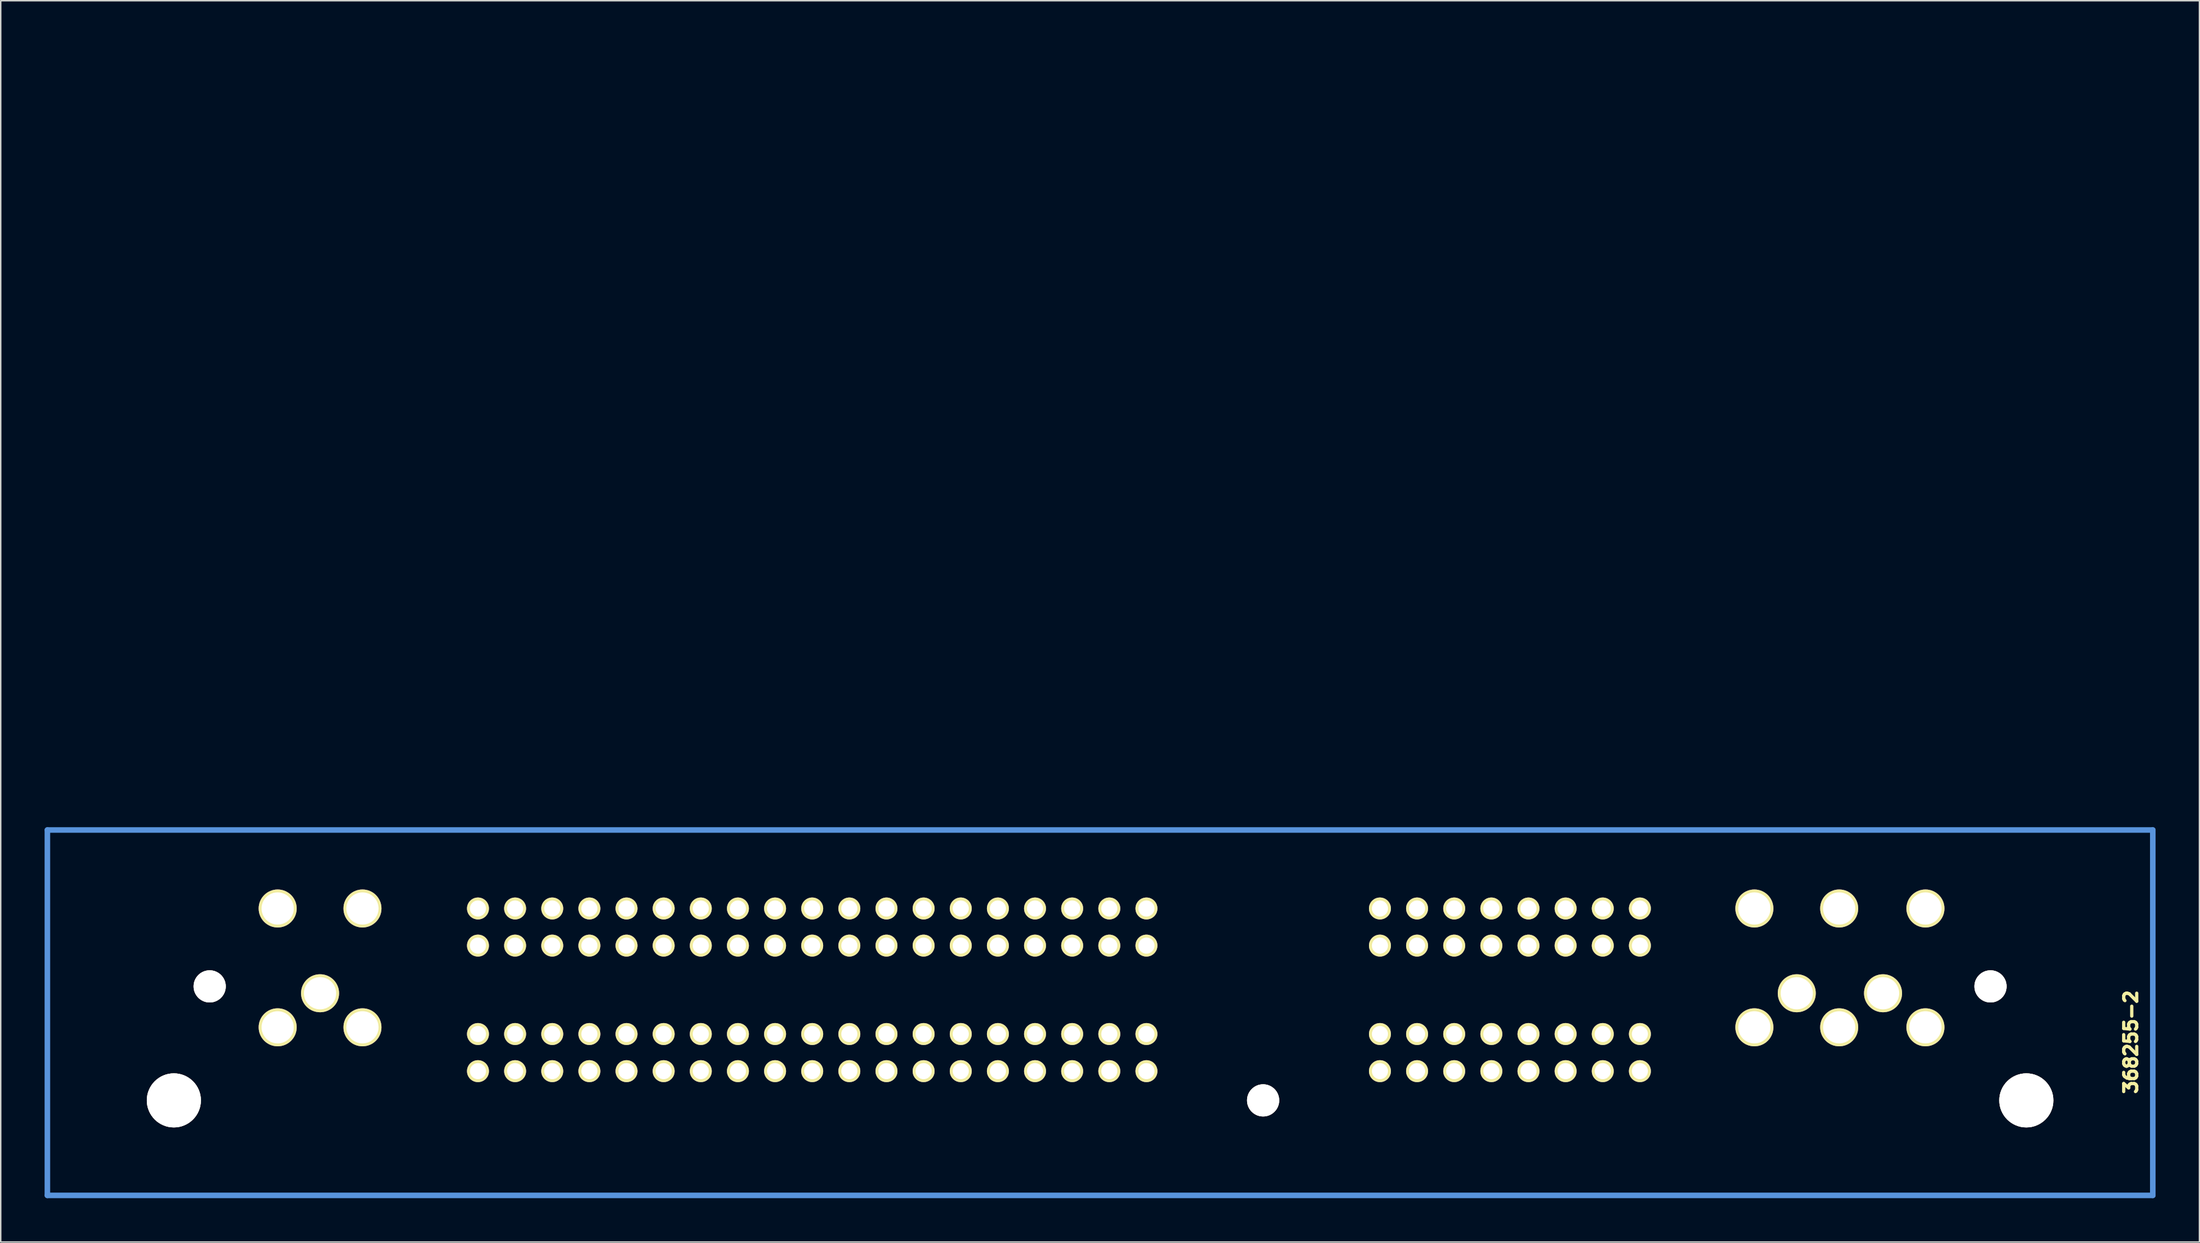
<source format=kicad_pcb>
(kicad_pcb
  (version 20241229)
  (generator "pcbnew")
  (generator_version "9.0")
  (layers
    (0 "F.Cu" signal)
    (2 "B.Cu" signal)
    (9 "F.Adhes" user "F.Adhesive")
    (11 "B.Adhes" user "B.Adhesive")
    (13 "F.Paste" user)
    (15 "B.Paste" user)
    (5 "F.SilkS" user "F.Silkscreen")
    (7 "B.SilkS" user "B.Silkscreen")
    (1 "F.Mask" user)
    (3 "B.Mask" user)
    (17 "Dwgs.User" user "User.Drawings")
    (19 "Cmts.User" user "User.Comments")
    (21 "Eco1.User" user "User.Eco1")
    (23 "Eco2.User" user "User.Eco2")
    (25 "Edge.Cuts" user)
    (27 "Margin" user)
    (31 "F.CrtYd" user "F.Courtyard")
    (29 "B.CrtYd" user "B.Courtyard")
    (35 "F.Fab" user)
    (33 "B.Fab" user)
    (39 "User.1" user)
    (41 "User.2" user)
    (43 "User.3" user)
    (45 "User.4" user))
  (footprint "368255-2"
    (layer "F.Cu")
    (at 4.691 0.25)
    (property "Reference" "368255-2" (at 138 68 270) (layer "F.SilkS") (effects (font (size 0.889 0.889) (thickness 0.224))))
    (fp_line (start -4.5 53.49) (end -4.5 78.49) (stroke (width 0.381) (type solid)) (layer "Cmts.User"))
    (fp_line (start -4.5 53.49) (end 139.5 53.49) (stroke (width 0.381) (type solid)) (layer "Cmts.User"))
    (fp_line (start -4.5 78.49) (end 139.5 78.49) (stroke (width 0.381) (type solid)) (layer "Cmts.User"))
    (fp_line (start 139.5 53.49) (end 139.5 78.49) (stroke (width 0.381) (type solid)) (layer "Cmts.User"))
    (pad "" thru_hole circle (at 4.15 71.99) (size 3.7 3.7) (drill 3.7) (layers "*.Cu" "*.Mask" "F.SilkS"))
    (pad "" thru_hole circle (at 6.6 64.19) (size 2.2 2.2) (drill 2.2) (layers "*.Cu" "*.Mask" "F.SilkS"))
    (pad "" thru_hole circle (at 78.65 71.99) (size 2.2 2.2) (drill 2.2) (layers "*.Cu" "*.Mask" "F.SilkS"))
    (pad "" thru_hole circle (at 128.4 64.19) (size 2.2 2.2) (drill 2.2) (layers "*.Cu" "*.Mask" "F.SilkS"))
    (pad "" thru_hole circle (at 130.85 71.99) (size 3.7 3.7) (drill 3.7) (layers "*.Cu" "*.Mask" "F.SilkS"))
    (pad "1" thru_hole circle (at 11.25 66.99) (size 2.6 2.6) (drill 2.2) (layers "*.Cu" "*.Mask" "F.SilkS"))
    (pad "2" thru_hole circle (at 17.05 66.99) (size 2.6 2.6) (drill 2.2) (layers "*.Cu" "*.Mask" "F.SilkS"))
    (pad "3" thru_hole circle (at 14.15 64.66) (size 2.6 2.6) (drill 2.2) (layers "*.Cu" "*.Mask" "F.SilkS"))
    (pad "4" thru_hole circle (at 11.25 58.86 180) (size 2.6 2.6) (drill 2.2) (layers "*.Cu" "*.Mask" "F.SilkS"))
    (pad "5" thru_hole circle (at 17.05 58.86 180) (size 2.6 2.6) (drill 2.2) (layers "*.Cu" "*.Mask" "F.SilkS"))
    (pad "6" thru_hole circle (at 70.67 58.86) (size 1.5 1.5) (drill 1.1) (layers "*.Cu" "*.Mask" "F.SilkS"))
    (pad "7" thru_hole circle (at 68.13 58.86) (size 1.5 1.5) (drill 1.1) (layers "*.Cu" "*.Mask" "F.SilkS"))
    (pad "8" thru_hole circle (at 65.59 58.86) (size 1.5 1.5) (drill 1.1) (layers "*.Cu" "*.Mask" "F.SilkS"))
    (pad "9" thru_hole circle (at 63.05 58.86) (size 1.5 1.5) (drill 1.1) (layers "*.Cu" "*.Mask" "F.SilkS"))
    (pad "10" thru_hole circle (at 60.51 58.86) (size 1.5 1.5) (drill 1.1) (layers "*.Cu" "*.Mask" "F.SilkS"))
    (pad "11" thru_hole circle (at 57.97 58.86) (size 1.5 1.5) (drill 1.1) (layers "*.Cu" "*.Mask" "F.SilkS"))
    (pad "12" thru_hole circle (at 55.43 58.86) (size 1.5 1.5) (drill 1.1) (layers "*.Cu" "*.Mask" "F.SilkS"))
    (pad "13" thru_hole circle (at 52.89 58.86) (size 1.5 1.5) (drill 1.1) (layers "*.Cu" "*.Mask" "F.SilkS"))
    (pad "14" thru_hole circle (at 50.35 58.86) (size 1.5 1.5) (drill 1.1) (layers "*.Cu" "*.Mask" "F.SilkS"))
    (pad "15" thru_hole circle (at 47.81 58.86) (size 1.5 1.5) (drill 1.1) (layers "*.Cu" "*.Mask" "F.SilkS"))
    (pad "16" thru_hole circle (at 45.27 58.86) (size 1.5 1.5) (drill 1.1) (layers "*.Cu" "*.Mask" "F.SilkS"))
    (pad "17" thru_hole circle (at 42.73 58.86) (size 1.5 1.5) (drill 1.1) (layers "*.Cu" "*.Mask" "F.SilkS"))
    (pad "18" thru_hole circle (at 40.19 58.86) (size 1.5 1.5) (drill 1.1) (layers "*.Cu" "*.Mask" "F.SilkS"))
    (pad "19" thru_hole circle (at 37.65 58.86) (size 1.5 1.5) (drill 1.1) (layers "*.Cu" "*.Mask" "F.SilkS"))
    (pad "20" thru_hole circle (at 35.11 58.86) (size 1.5 1.5) (drill 1.1) (layers "*.Cu" "*.Mask" "F.SilkS"))
    (pad "21" thru_hole circle (at 32.57 58.86) (size 1.5 1.5) (drill 1.1) (layers "*.Cu" "*.Mask" "F.SilkS"))
    (pad "22" thru_hole circle (at 30.03 58.86) (size 1.5 1.5) (drill 1.1) (layers "*.Cu" "*.Mask" "F.SilkS"))
    (pad "23" thru_hole circle (at 27.49 58.86) (size 1.5 1.5) (drill 1.1) (layers "*.Cu" "*.Mask" "F.SilkS"))
    (pad "24" thru_hole circle (at 24.95 58.86) (size 1.5 1.5) (drill 1.1) (layers "*.Cu" "*.Mask" "F.SilkS"))
    (pad "25" thru_hole circle (at 70.67 61.4) (size 1.5 1.5) (drill 1.1) (layers "*.Cu" "*.Mask" "F.SilkS"))
    (pad "26" thru_hole circle (at 68.13 61.4) (size 1.5 1.5) (drill 1.1) (layers "*.Cu" "*.Mask" "F.SilkS"))
    (pad "27" thru_hole circle (at 65.59 61.4) (size 1.5 1.5) (drill 1.1) (layers "*.Cu" "*.Mask" "F.SilkS"))
    (pad "28" thru_hole circle (at 63.05 61.4) (size 1.5 1.5) (drill 1.1) (layers "*.Cu" "*.Mask" "F.SilkS"))
    (pad "29" thru_hole circle (at 60.51 61.4) (size 1.5 1.5) (drill 1.1) (layers "*.Cu" "*.Mask" "F.SilkS"))
    (pad "30" thru_hole circle (at 57.97 61.4) (size 1.5 1.5) (drill 1.1) (layers "*.Cu" "*.Mask" "F.SilkS"))
    (pad "31" thru_hole circle (at 55.43 61.4) (size 1.5 1.5) (drill 1.1) (layers "*.Cu" "*.Mask" "F.SilkS"))
    (pad "32" thru_hole circle (at 52.89 61.4) (size 1.5 1.5) (drill 1.1) (layers "*.Cu" "*.Mask" "F.SilkS"))
    (pad "33" thru_hole circle (at 50.35 61.4) (size 1.5 1.5) (drill 1.1) (layers "*.Cu" "*.Mask" "F.SilkS"))
    (pad "34" thru_hole circle (at 47.81 61.4) (size 1.5 1.5) (drill 1.1) (layers "*.Cu" "*.Mask" "F.SilkS"))
    (pad "35" thru_hole circle (at 45.27 61.4) (size 1.5 1.5) (drill 1.1) (layers "*.Cu" "*.Mask" "F.SilkS"))
    (pad "36" thru_hole circle (at 42.73 61.4) (size 1.5 1.5) (drill 1.1) (layers "*.Cu" "*.Mask" "F.SilkS"))
    (pad "37" thru_hole circle (at 40.19 61.4) (size 1.5 1.5) (drill 1.1) (layers "*.Cu" "*.Mask" "F.SilkS"))
    (pad "38" thru_hole circle (at 37.65 61.4) (size 1.5 1.5) (drill 1.1) (layers "*.Cu" "*.Mask" "F.SilkS"))
    (pad "39" thru_hole circle (at 35.11 61.4) (size 1.5 1.5) (drill 1.1) (layers "*.Cu" "*.Mask" "F.SilkS"))
    (pad "40" thru_hole circle (at 32.57 61.4) (size 1.5 1.5) (drill 1.1) (layers "*.Cu" "*.Mask" "F.SilkS"))
    (pad "41" thru_hole circle (at 30.03 61.4) (size 1.5 1.5) (drill 1.1) (layers "*.Cu" "*.Mask" "F.SilkS"))
    (pad "42" thru_hole circle (at 27.49 61.4) (size 1.5 1.5) (drill 1.1) (layers "*.Cu" "*.Mask" "F.SilkS"))
    (pad "43" thru_hole circle (at 24.95 61.4) (size 1.5 1.5) (drill 1.1) (layers "*.Cu" "*.Mask" "F.SilkS"))
    (pad "44" thru_hole circle (at 70.67 67.45) (size 1.5 1.5) (drill 1.1) (layers "*.Cu" "*.Mask" "F.SilkS"))
    (pad "45" thru_hole circle (at 68.13 67.45) (size 1.5 1.5) (drill 1.1) (layers "*.Cu" "*.Mask" "F.SilkS"))
    (pad "46" thru_hole circle (at 65.59 67.45) (size 1.5 1.5) (drill 1.1) (layers "*.Cu" "*.Mask" "F.SilkS"))
    (pad "47" thru_hole circle (at 63.05 67.45) (size 1.5 1.5) (drill 1.1) (layers "*.Cu" "*.Mask" "F.SilkS"))
    (pad "48" thru_hole circle (at 60.51 67.45) (size 1.5 1.5) (drill 1.1) (layers "*.Cu" "*.Mask" "F.SilkS"))
    (pad "49" thru_hole circle (at 57.97 67.45) (size 1.5 1.5) (drill 1.1) (layers "*.Cu" "*.Mask" "F.SilkS"))
    (pad "50" thru_hole circle (at 55.43 67.45) (size 1.5 1.5) (drill 1.1) (layers "*.Cu" "*.Mask" "F.SilkS"))
    (pad "51" thru_hole circle (at 52.89 67.45) (size 1.5 1.5) (drill 1.1) (layers "*.Cu" "*.Mask" "F.SilkS"))
    (pad "52" thru_hole circle (at 50.35 67.45) (size 1.5 1.5) (drill 1.1) (layers "*.Cu" "*.Mask" "F.SilkS"))
    (pad "53" thru_hole circle (at 47.81 67.45) (size 1.5 1.5) (drill 1.1) (layers "*.Cu" "*.Mask" "F.SilkS"))
    (pad "54" thru_hole circle (at 45.27 67.45) (size 1.5 1.5) (drill 1.1) (layers "*.Cu" "*.Mask" "F.SilkS"))
    (pad "55" thru_hole circle (at 42.73 67.45) (size 1.5 1.5) (drill 1.1) (layers "*.Cu" "*.Mask" "F.SilkS"))
    (pad "56" thru_hole circle (at 40.19 67.45) (size 1.5 1.5) (drill 1.1) (layers "*.Cu" "*.Mask" "F.SilkS"))
    (pad "57" thru_hole circle (at 37.65 67.45) (size 1.5 1.5) (drill 1.1) (layers "*.Cu" "*.Mask" "F.SilkS"))
    (pad "58" thru_hole circle (at 35.11 67.45) (size 1.5 1.5) (drill 1.1) (layers "*.Cu" "*.Mask" "F.SilkS"))
    (pad "59" thru_hole circle (at 32.57 67.45) (size 1.5 1.5) (drill 1.1) (layers "*.Cu" "*.Mask" "F.SilkS"))
    (pad "60" thru_hole circle (at 30.03 67.45) (size 1.5 1.5) (drill 1.1) (layers "*.Cu" "*.Mask" "F.SilkS"))
    (pad "61" thru_hole circle (at 27.49 67.45) (size 1.5 1.5) (drill 1.1) (layers "*.Cu" "*.Mask" "F.SilkS"))
    (pad "62" thru_hole circle (at 24.95 67.45) (size 1.5 1.5) (drill 1.1) (layers "*.Cu" "*.Mask" "F.SilkS"))
    (pad "63" thru_hole circle (at 70.67 69.99) (size 1.5 1.5) (drill 1.1) (layers "*.Cu" "*.Mask" "F.SilkS"))
    (pad "64" thru_hole circle (at 68.13 69.99) (size 1.5 1.5) (drill 1.1) (layers "*.Cu" "*.Mask" "F.SilkS"))
    (pad "65" thru_hole circle (at 65.59 69.99) (size 1.5 1.5) (drill 1.1) (layers "*.Cu" "*.Mask" "F.SilkS"))
    (pad "66" thru_hole circle (at 63.05 69.99) (size 1.5 1.5) (drill 1.1) (layers "*.Cu" "*.Mask" "F.SilkS"))
    (pad "67" thru_hole circle (at 60.51 69.99) (size 1.5 1.5) (drill 1.1) (layers "*.Cu" "*.Mask" "F.SilkS"))
    (pad "68" thru_hole circle (at 57.97 69.99) (size 1.5 1.5) (drill 1.1) (layers "*.Cu" "*.Mask" "F.SilkS"))
    (pad "69" thru_hole circle (at 55.43 69.99) (size 1.5 1.5) (drill 1.1) (layers "*.Cu" "*.Mask" "F.SilkS"))
    (pad "70" thru_hole circle (at 52.89 69.99) (size 1.5 1.5) (drill 1.1) (layers "*.Cu" "*.Mask" "F.SilkS"))
    (pad "71" thru_hole circle (at 50.35 69.99) (size 1.5 1.5) (drill 1.1) (layers "*.Cu" "*.Mask" "F.SilkS"))
    (pad "72" thru_hole circle (at 47.81 69.99) (size 1.5 1.5) (drill 1.1) (layers "*.Cu" "*.Mask" "F.SilkS"))
    (pad "73" thru_hole circle (at 45.27 69.99) (size 1.5 1.5) (drill 1.1) (layers "*.Cu" "*.Mask" "F.SilkS"))
    (pad "74" thru_hole circle (at 42.73 69.99) (size 1.5 1.5) (drill 1.1) (layers "*.Cu" "*.Mask" "F.SilkS"))
    (pad "75" thru_hole circle (at 40.19 69.99) (size 1.5 1.5) (drill 1.1) (layers "*.Cu" "*.Mask" "F.SilkS"))
    (pad "76" thru_hole circle (at 37.65 69.99) (size 1.5 1.5) (drill 1.1) (layers "*.Cu" "*.Mask" "F.SilkS"))
    (pad "77" thru_hole circle (at 35.11 69.99) (size 1.5 1.5) (drill 1.1) (layers "*.Cu" "*.Mask" "F.SilkS"))
    (pad "78" thru_hole circle (at 32.57 69.99) (size 1.5 1.5) (drill 1.1) (layers "*.Cu" "*.Mask" "F.SilkS"))
    (pad "79" thru_hole circle (at 30.03 69.99) (size 1.5 1.5) (drill 1.1) (layers "*.Cu" "*.Mask" "F.SilkS"))
    (pad "80" thru_hole circle (at 27.49 69.99) (size 1.5 1.5) (drill 1.1) (layers "*.Cu" "*.Mask" "F.SilkS"))
    (pad "81" thru_hole circle (at 24.95 69.99) (size 1.5 1.5) (drill 1.1) (layers "*.Cu" "*.Mask" "F.SilkS"))
    (pad "82" thru_hole circle (at 86.64 69.99) (size 1.5 1.5) (drill 1.1) (layers "*.Cu" "*.Mask" "F.SilkS"))
    (pad "83" thru_hole circle (at 89.18 69.99) (size 1.5 1.5) (drill 1.1) (layers "*.Cu" "*.Mask" "F.SilkS"))
    (pad "84" thru_hole circle (at 91.72 69.99) (size 1.5 1.5) (drill 1.1) (layers "*.Cu" "*.Mask" "F.SilkS"))
    (pad "85" thru_hole circle (at 94.26 69.99) (size 1.5 1.5) (drill 1.1) (layers "*.Cu" "*.Mask" "F.SilkS"))
    (pad "86" thru_hole circle (at 96.8 69.99) (size 1.5 1.5) (drill 1.1) (layers "*.Cu" "*.Mask" "F.SilkS"))
    (pad "87" thru_hole circle (at 99.34 69.99) (size 1.5 1.5) (drill 1.1) (layers "*.Cu" "*.Mask" "F.SilkS"))
    (pad "88" thru_hole circle (at 101.88 69.99) (size 1.5 1.5) (drill 1.1) (layers "*.Cu" "*.Mask" "F.SilkS"))
    (pad "89" thru_hole circle (at 104.42 69.99) (size 1.5 1.5) (drill 1.1) (layers "*.Cu" "*.Mask" "F.SilkS"))
    (pad "90" thru_hole circle (at 86.64 67.45) (size 1.5 1.5) (drill 1.1) (layers "*.Cu" "*.Mask" "F.SilkS"))
    (pad "91" thru_hole circle (at 89.18 67.45) (size 1.5 1.5) (drill 1.1) (layers "*.Cu" "*.Mask" "F.SilkS"))
    (pad "92" thru_hole circle (at 91.72 67.45) (size 1.5 1.5) (drill 1.1) (layers "*.Cu" "*.Mask" "F.SilkS"))
    (pad "93" thru_hole circle (at 94.26 67.45) (size 1.5 1.5) (drill 1.1) (layers "*.Cu" "*.Mask" "F.SilkS"))
    (pad "94" thru_hole circle (at 96.8 67.45) (size 1.5 1.5) (drill 1.1) (layers "*.Cu" "*.Mask" "F.SilkS"))
    (pad "95" thru_hole circle (at 99.34 67.45) (size 1.5 1.5) (drill 1.1) (layers "*.Cu" "*.Mask" "F.SilkS"))
    (pad "96" thru_hole circle (at 101.88 67.45) (size 1.5 1.5) (drill 1.1) (layers "*.Cu" "*.Mask" "F.SilkS"))
    (pad "97" thru_hole circle (at 104.42 67.45) (size 1.5 1.5) (drill 1.1) (layers "*.Cu" "*.Mask" "F.SilkS"))
    (pad "98" thru_hole circle (at 86.64 61.4) (size 1.5 1.5) (drill 1.1) (layers "*.Cu" "*.Mask" "F.SilkS"))
    (pad "99" thru_hole circle (at 89.18 61.4) (size 1.5 1.5) (drill 1.1) (layers "*.Cu" "*.Mask" "F.SilkS"))
    (pad "100" thru_hole circle (at 91.72 61.4) (size 1.5 1.5) (drill 1.1) (layers "*.Cu" "*.Mask" "F.SilkS"))
    (pad "101" thru_hole circle (at 94.26 61.4) (size 1.5 1.5) (drill 1.1) (layers "*.Cu" "*.Mask" "F.SilkS"))
    (pad "102" thru_hole circle (at 96.8 61.4) (size 1.5 1.5) (drill 1.1) (layers "*.Cu" "*.Mask" "F.SilkS"))
    (pad "103" thru_hole circle (at 99.34 61.4) (size 1.5 1.5) (drill 1.1) (layers "*.Cu" "*.Mask" "F.SilkS"))
    (pad "104" thru_hole circle (at 101.88 61.4) (size 1.5 1.5) (drill 1.1) (layers "*.Cu" "*.Mask" "F.SilkS"))
    (pad "105" thru_hole circle (at 104.42 61.4) (size 1.5 1.5) (drill 1.1) (layers "*.Cu" "*.Mask" "F.SilkS"))
    (pad "106" thru_hole circle (at 86.64 58.86) (size 1.5 1.5) (drill 1.1) (layers "*.Cu" "*.Mask" "F.SilkS"))
    (pad "107" thru_hole circle (at 89.18 58.86) (size 1.5 1.5) (drill 1.1) (layers "*.Cu" "*.Mask" "F.SilkS"))
    (pad "108" thru_hole circle (at 91.72 58.86) (size 1.5 1.5) (drill 1.1) (layers "*.Cu" "*.Mask" "F.SilkS"))
    (pad "109" thru_hole circle (at 94.26 58.86) (size 1.5 1.5) (drill 1.1) (layers "*.Cu" "*.Mask" "F.SilkS"))
    (pad "110" thru_hole circle (at 96.8 58.86) (size 1.5 1.5) (drill 1.1) (layers "*.Cu" "*.Mask" "F.SilkS"))
    (pad "111" thru_hole circle (at 99.34 58.86) (size 1.5 1.5) (drill 1.1) (layers "*.Cu" "*.Mask" "F.SilkS"))
    (pad "112" thru_hole circle (at 101.88 58.86) (size 1.5 1.5) (drill 1.1) (layers "*.Cu" "*.Mask" "F.SilkS"))
    (pad "113" thru_hole circle (at 104.42 58.86) (size 1.5 1.5) (drill 1.1) (layers "*.Cu" "*.Mask" "F.SilkS"))
    (pad "114" thru_hole circle (at 112.25 66.99) (size 2.6 2.6) (drill 2.2) (layers "*.Cu" "*.Mask" "F.SilkS"))
    (pad "115" thru_hole circle (at 118.05 66.99) (size 2.6 2.6) (drill 2.2) (layers "*.Cu" "*.Mask" "F.SilkS"))
    (pad "116" thru_hole circle (at 123.95 66.99) (size 2.6 2.6) (drill 2.2) (layers "*.Cu" "*.Mask" "F.SilkS"))
    (pad "117" thru_hole circle (at 115.15 64.66) (size 2.6 2.6) (drill 2.2) (layers "*.Cu" "*.Mask" "F.SilkS"))
    (pad "118" thru_hole circle (at 121.05 64.66) (size 2.6 2.6) (drill 2.2) (layers "*.Cu" "*.Mask" "F.SilkS"))
    (pad "119" thru_hole circle (at 112.25 58.86 180) (size 2.6 2.6) (drill 2.2) (layers "*.Cu" "*.Mask" "F.SilkS"))
    (pad "120" thru_hole circle (at 118.05 58.86 180) (size 2.6 2.6) (drill 2.2) (layers "*.Cu" "*.Mask" "F.SilkS"))
    (pad "121" thru_hole circle (at 123.95 58.86 180) (size 2.6 2.6) (drill 2.2) (layers "*.Cu" "*.Mask" "F.SilkS")))
  (gr_rect
    (start -3 -3)
    (end 147.381 81.93)
    (stroke (width 0.1) (type default))
    (fill no)
    (layer "Edge.Cuts")))
</source>
